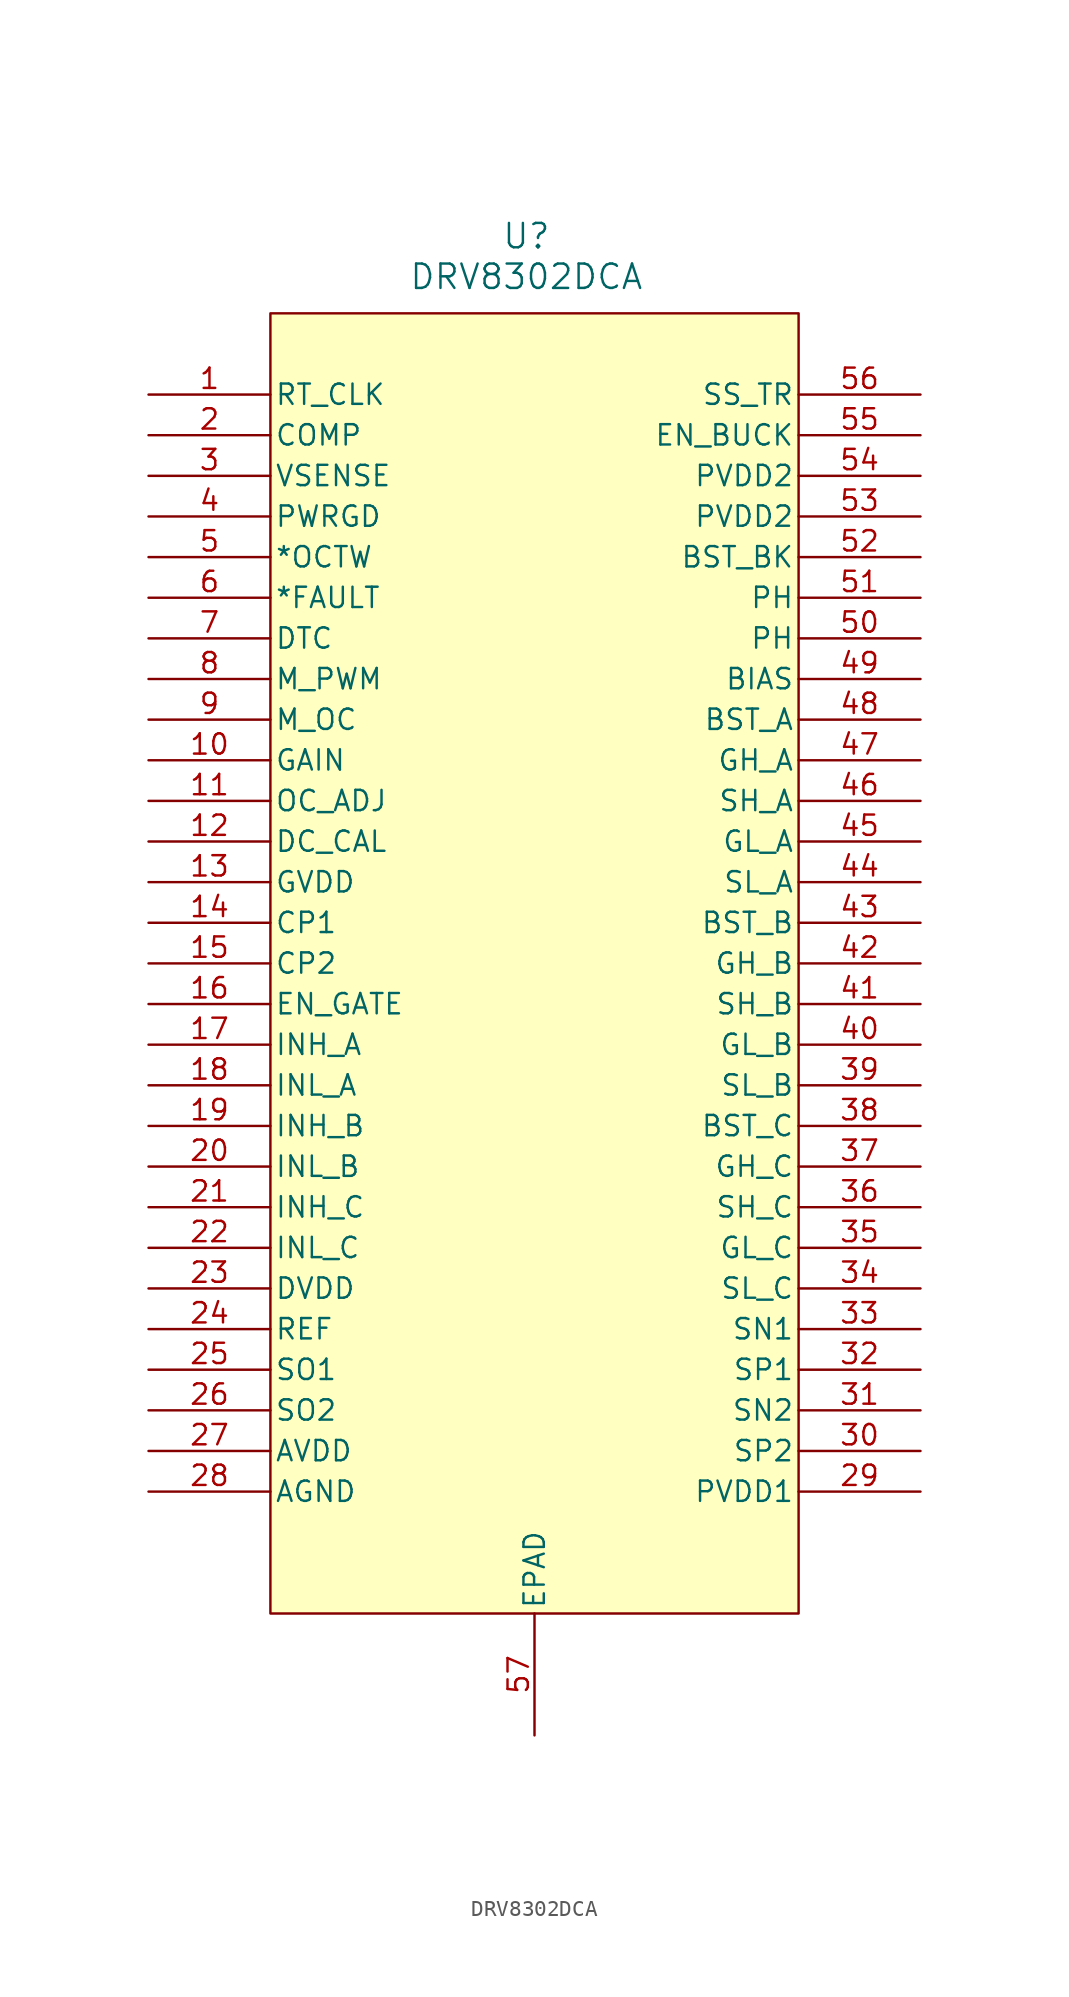
<source format=kicad_sym>
(kicad_symbol_lib
  (version 20231120)
  (generator "kicad_symbol_editor")
  (generator_version "8.0")
  (symbol "DRV8302DCA"
    (pin_names
      (offset 0.254))
    (property "Reference" "U"
      (at -0.508 42.926 0)
      (effects (font (size 1.524 1.524))))
    (property "Value" "DRV8302DCA"
      (at -0.508 40.386 0)
      (effects (font (size 1.524 1.524))))
    (property "ki_locked" ""
      (at 0 0 0)
      (effects (font (size 1.27 1.27))))
    (symbol "DRV8302DCA_0_1"
      (pin input line (at -24.13 33.02 0) (length 7.62) (name "RT_CLK" (effects (font (size 1.27 1.27)))) (number "1" (effects (font (size 1.27 1.27)))))
      (pin output line (at -24.13 10.16 0) (length 7.62) (name "GAIN" (effects (font (size 1.27 1.27)))) (number "10" (effects (font (size 1.27 1.27)))))
      (pin input line (at -24.13 7.62 0) (length 7.62) (name "OC_ADJ" (effects (font (size 1.27 1.27)))) (number "11" (effects (font (size 1.27 1.27)))))
      (pin input line (at -24.13 5.08 0) (length 7.62) (name "DC_CAL" (effects (font (size 1.27 1.27)))) (number "12" (effects (font (size 1.27 1.27)))))
      (pin power_in line (at -24.13 2.54 0) (length 7.62) (name "GVDD" (effects (font (size 1.27 1.27)))) (number "13" (effects (font (size 1.27 1.27)))))
      (pin power_in line (at -24.13 0 0) (length 7.62) (name "CP1" (effects (font (size 1.27 1.27)))) (number "14" (effects (font (size 1.27 1.27)))))
      (pin power_in line (at -24.13 -2.54 0) (length 7.62) (name "CP2" (effects (font (size 1.27 1.27)))) (number "15" (effects (font (size 1.27 1.27)))))
      (pin input line (at -24.13 -5.08 0) (length 7.62) (name "EN_GATE" (effects (font (size 1.27 1.27)))) (number "16" (effects (font (size 1.27 1.27)))))
      (pin input line (at -24.13 -7.62 0) (length 7.62) (name "INH_A" (effects (font (size 1.27 1.27)))) (number "17" (effects (font (size 1.27 1.27)))))
      (pin input line (at -24.13 -10.16 0) (length 7.62) (name "INL_A" (effects (font (size 1.27 1.27)))) (number "18" (effects (font (size 1.27 1.27)))))
      (pin input line (at -24.13 -12.7 0) (length 7.62) (name "INH_B" (effects (font (size 1.27 1.27)))) (number "19" (effects (font (size 1.27 1.27)))))
      (pin output line (at -24.13 30.48 0) (length 7.62) (name "COMP" (effects (font (size 1.27 1.27)))) (number "2" (effects (font (size 1.27 1.27)))))
      (pin input line (at -24.13 -15.24 0) (length 7.62) (name "INL_B" (effects (font (size 1.27 1.27)))) (number "20" (effects (font (size 1.27 1.27)))))
      (pin input line (at -24.13 -17.78 0) (length 7.62) (name "INH_C" (effects (font (size 1.27 1.27)))) (number "21" (effects (font (size 1.27 1.27)))))
      (pin input line (at -24.13 -20.32 0) (length 7.62) (name "INL_C" (effects (font (size 1.27 1.27)))) (number "22" (effects (font (size 1.27 1.27)))))
      (pin power_in line (at -24.13 -22.86 0) (length 7.62) (name "DVDD" (effects (font (size 1.27 1.27)))) (number "23" (effects (font (size 1.27 1.27)))))
      (pin input line (at -24.13 -25.4 0) (length 7.62) (name "REF" (effects (font (size 1.27 1.27)))) (number "24" (effects (font (size 1.27 1.27)))))
      (pin output line (at -24.13 -27.94 0) (length 7.62) (name "SO1" (effects (font (size 1.27 1.27)))) (number "25" (effects (font (size 1.27 1.27)))))
      (pin output line (at -24.13 -30.48 0) (length 7.62) (name "SO2" (effects (font (size 1.27 1.27)))) (number "26" (effects (font (size 1.27 1.27)))))
      (pin power_in line (at -24.13 -33.02 0) (length 7.62) (name "AVDD" (effects (font (size 1.27 1.27)))) (number "27" (effects (font (size 1.27 1.27)))))
      (pin power_in line (at -24.13 -35.56 0) (length 7.62) (name "AGND" (effects (font (size 1.27 1.27)))) (number "28" (effects (font (size 1.27 1.27)))))
      (pin power_in line (at 24.13 -35.56 180) (length 7.62) (name "PVDD1" (effects (font (size 1.27 1.27)))) (number "29" (effects (font (size 1.27 1.27)))))
      (pin input line (at -24.13 27.94 0) (length 7.62) (name "VSENSE" (effects (font (size 1.27 1.27)))) (number "3" (effects (font (size 1.27 1.27)))))
      (pin input line (at 24.13 -33.02 180) (length 7.62) (name "SP2" (effects (font (size 1.27 1.27)))) (number "30" (effects (font (size 1.27 1.27)))))
      (pin input line (at 24.13 -30.48 180) (length 7.62) (name "SN2" (effects (font (size 1.27 1.27)))) (number "31" (effects (font (size 1.27 1.27)))))
      (pin input line (at 24.13 -27.94 180) (length 7.62) (name "SP1" (effects (font (size 1.27 1.27)))) (number "32" (effects (font (size 1.27 1.27)))))
      (pin input line (at 24.13 -25.4 180) (length 7.62) (name "SN1" (effects (font (size 1.27 1.27)))) (number "33" (effects (font (size 1.27 1.27)))))
      (pin input line (at 24.13 -22.86 180) (length 7.62) (name "SL_C" (effects (font (size 1.27 1.27)))) (number "34" (effects (font (size 1.27 1.27)))))
      (pin output line (at 24.13 -20.32 180) (length 7.62) (name "GL_C" (effects (font (size 1.27 1.27)))) (number "35" (effects (font (size 1.27 1.27)))))
      (pin input line (at 24.13 -17.78 180) (length 7.62) (name "SH_C" (effects (font (size 1.27 1.27)))) (number "36" (effects (font (size 1.27 1.27)))))
      (pin output line (at 24.13 -15.24 180) (length 7.62) (name "GH_C" (effects (font (size 1.27 1.27)))) (number "37" (effects (font (size 1.27 1.27)))))
      (pin power_in line (at 24.13 -12.7 180) (length 7.62) (name "BST_C" (effects (font (size 1.27 1.27)))) (number "38" (effects (font (size 1.27 1.27)))))
      (pin input line (at 24.13 -10.16 180) (length 7.62) (name "SL_B" (effects (font (size 1.27 1.27)))) (number "39" (effects (font (size 1.27 1.27)))))
      (pin input line (at -24.13 25.4 0) (length 7.62) (name "PWRGD" (effects (font (size 1.27 1.27)))) (number "4" (effects (font (size 1.27 1.27)))))
      (pin output line (at 24.13 -7.62 180) (length 7.62) (name "GL_B" (effects (font (size 1.27 1.27)))) (number "40" (effects (font (size 1.27 1.27)))))
      (pin input line (at 24.13 -5.08 180) (length 7.62) (name "SH_B" (effects (font (size 1.27 1.27)))) (number "41" (effects (font (size 1.27 1.27)))))
      (pin output line (at 24.13 -2.54 180) (length 7.62) (name "GH_B" (effects (font (size 1.27 1.27)))) (number "42" (effects (font (size 1.27 1.27)))))
      (pin power_in line (at 24.13 0 180) (length 7.62) (name "BST_B" (effects (font (size 1.27 1.27)))) (number "43" (effects (font (size 1.27 1.27)))))
      (pin input line (at 24.13 2.54 180) (length 7.62) (name "SL_A" (effects (font (size 1.27 1.27)))) (number "44" (effects (font (size 1.27 1.27)))))
      (pin output line (at 24.13 5.08 180) (length 7.62) (name "GL_A" (effects (font (size 1.27 1.27)))) (number "45" (effects (font (size 1.27 1.27)))))
      (pin input line (at 24.13 7.62 180) (length 7.62) (name "SH_A" (effects (font (size 1.27 1.27)))) (number "46" (effects (font (size 1.27 1.27)))))
      (pin output line (at 24.13 10.16 180) (length 7.62) (name "GH_A" (effects (font (size 1.27 1.27)))) (number "47" (effects (font (size 1.27 1.27)))))
      (pin power_in line (at 24.13 12.7 180) (length 7.62) (name "BST_A" (effects (font (size 1.27 1.27)))) (number "48" (effects (font (size 1.27 1.27)))))
      (pin input line (at 24.13 15.24 180) (length 7.62) (name "BIAS" (effects (font (size 1.27 1.27)))) (number "49" (effects (font (size 1.27 1.27)))))
      (pin output line (at -24.13 22.86 0) (length 7.62) (name "*OCTW" (effects (font (size 1.27 1.27)))) (number "5" (effects (font (size 1.27 1.27)))))
      (pin output line (at 24.13 17.78 180) (length 7.62) (name "PH" (effects (font (size 1.27 1.27)))) (number "50" (effects (font (size 1.27 1.27)))))
      (pin output line (at 24.13 20.32 180) (length 7.62) (name "PH" (effects (font (size 1.27 1.27)))) (number "51" (effects (font (size 1.27 1.27)))))
      (pin power_in line (at 24.13 22.86 180) (length 7.62) (name "BST_BK" (effects (font (size 1.27 1.27)))) (number "52" (effects (font (size 1.27 1.27)))))
      (pin power_in line (at 24.13 25.4 180) (length 7.62) (name "PVDD2" (effects (font (size 1.27 1.27)))) (number "53" (effects (font (size 1.27 1.27)))))
      (pin power_in line (at 24.13 27.94 180) (length 7.62) (name "PVDD2" (effects (font (size 1.27 1.27)))) (number "54" (effects (font (size 1.27 1.27)))))
      (pin input line (at 24.13 30.48 180) (length 7.62) (name "EN_BUCK" (effects (font (size 1.27 1.27)))) (number "55" (effects (font (size 1.27 1.27)))))
      (pin input line (at 24.13 33.02 180) (length 7.62) (name "SS_TR" (effects (font (size 1.27 1.27)))) (number "56" (effects (font (size 1.27 1.27)))))
      (pin unspecified line (at 0 -50.8 90) (length 7.62) (name "EPAD" (effects (font (size 1.27 1.27)))) (number "57" (effects (font (size 1.27 1.27)))))
      (pin output line (at -24.13 20.32 0) (length 7.62) (name "*FAULT" (effects (font (size 1.27 1.27)))) (number "6" (effects (font (size 1.27 1.27)))))
      (pin input line (at -24.13 17.78 0) (length 7.62) (name "DTC" (effects (font (size 1.27 1.27)))) (number "7" (effects (font (size 1.27 1.27)))))
      (pin input line (at -24.13 15.24 0) (length 7.62) (name "M_PWM" (effects (font (size 1.27 1.27)))) (number "8" (effects (font (size 1.27 1.27)))))
      (pin input line (at -24.13 12.7 0) (length 7.62) (name "M_OC" (effects (font (size 1.27 1.27)))) (number "9" (effects (font (size 1.27 1.27))))))
    (symbol "DRV8302DCA_1_1"
      (rectangle (start -16.51 38.1) (end 16.51 -43.18) (stroke (width 0) (type default)) (fill (type background))))))
</source>
